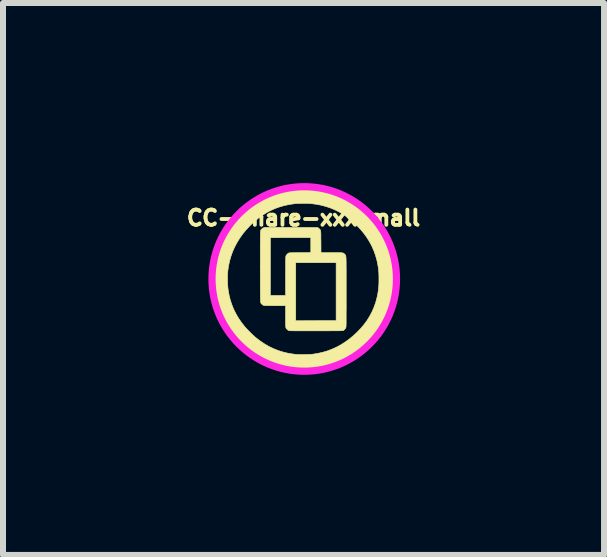
<source format=kicad_pcb>
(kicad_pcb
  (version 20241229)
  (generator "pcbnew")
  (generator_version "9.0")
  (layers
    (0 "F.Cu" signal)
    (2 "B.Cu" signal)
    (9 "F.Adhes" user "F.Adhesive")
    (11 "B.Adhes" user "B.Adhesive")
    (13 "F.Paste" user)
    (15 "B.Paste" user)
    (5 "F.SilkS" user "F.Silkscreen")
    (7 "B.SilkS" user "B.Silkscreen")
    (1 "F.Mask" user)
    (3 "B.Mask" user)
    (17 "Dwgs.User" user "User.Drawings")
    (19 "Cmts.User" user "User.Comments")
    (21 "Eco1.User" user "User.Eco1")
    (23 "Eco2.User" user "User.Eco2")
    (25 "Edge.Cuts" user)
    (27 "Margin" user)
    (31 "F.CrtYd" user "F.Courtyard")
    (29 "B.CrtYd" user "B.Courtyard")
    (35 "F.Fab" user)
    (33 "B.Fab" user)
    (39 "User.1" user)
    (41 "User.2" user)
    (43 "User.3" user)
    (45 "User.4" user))
  (footprint "CC-Share-xxxsmall"
    (layer "F.Cu")
    (at 2.005 1.596)
    (property "Reference" "CC-Share-xxxsmall" (at 0 -1.016 0) (layer "F.SilkS") (effects (font (size 0.254 0.254) (thickness 0.064))))
    (attr through_hole)
    (fp_poly (pts (xy 0.029 -1.537) (xy 0.06 -1.537) (xy 0.086 -1.537) (xy 0.111 -1.536) (xy 0.133 -1.534) (xy 0.156 -1.532) (xy 0.179 -1.53) (xy 0.204 -1.527) (xy 0.227 -1.524) (xy 0.321 -1.508) (xy 0.413 -1.486) (xy 0.503 -1.459) (xy 0.59 -1.427) (xy 0.675 -1.388) (xy 0.758 -1.345) (xy 0.838 -1.295) (xy 0.916 -1.241) (xy 0.92 -1.237) (xy 0.977 -1.192) (xy 1.034 -1.141) (xy 1.09 -1.087) (xy 1.144 -1.031) (xy 1.194 -0.974) (xy 1.236 -0.922) (xy 1.29 -0.846) (xy 1.339 -0.768) (xy 1.382 -0.687) (xy 1.42 -0.604) (xy 1.453 -0.518) (xy 1.48 -0.43) (xy 1.502 -0.339) (xy 1.519 -0.244) (xy 1.529 -0.166) (xy 1.531 -0.14) (xy 1.533 -0.109) (xy 1.534 -0.074) (xy 1.535 -0.038) (xy 1.535 -0.002) (xy 1.535 0.034) (xy 1.535 0.067) (xy 1.534 0.097) (xy 1.533 0.107) (xy 1.524 0.206) (xy 1.51 0.301) (xy 1.491 0.394) (xy 1.466 0.483) (xy 1.437 0.57) (xy 1.401 0.654) (xy 1.361 0.735) (xy 1.314 0.814) (xy 1.263 0.89) (xy 1.206 0.964) (xy 1.143 1.036) (xy 1.101 1.08) (xy 1.047 1.131) (xy 0.995 1.178) (xy 0.941 1.221) (xy 0.885 1.263) (xy 0.857 1.282) (xy 0.778 1.332) (xy 0.699 1.377) (xy 0.617 1.415) (xy 0.535 1.449) (xy 0.45 1.477) (xy 0.362 1.501) (xy 0.272 1.519) (xy 0.178 1.533) (xy 0.159 1.535) (xy 0.141 1.536) (xy 0.119 1.537) (xy 0.093 1.539) (xy 0.064 1.54) (xy 0.034 1.54) (xy 0.003 1.541) (xy -0.028 1.541) (xy -0.056 1.541) (xy -0.082 1.541) (xy -0.104 1.54) (xy -0.121 1.539) (xy -0.217 1.529) (xy -0.31 1.514) (xy -0.401 1.493) (xy -0.489 1.467) (xy -0.574 1.435) (xy -0.658 1.399) (xy -0.739 1.356) (xy -0.801 1.32) (xy -0.878 1.268) (xy -0.953 1.211) (xy -1.026 1.15) (xy -1.095 1.084) (xy -1.16 1.015) (xy -1.221 0.943) (xy -1.277 0.868) (xy -1.328 0.791) (xy -1.335 0.78) (xy -1.38 0.7) (xy -1.42 0.617) (xy -1.454 0.532) (xy -1.483 0.445) (xy -1.506 0.355) (xy -1.525 0.263) (xy -1.537 0.17) (xy -1.544 0.075) (xy -1.545 0.009) (xy -1.267 0.009) (xy -1.265 0.063) (xy -1.262 0.117) (xy -1.257 0.168) (xy -1.255 0.184) (xy -1.24 0.268) (xy -1.22 0.349) (xy -1.194 0.428) (xy -1.163 0.505) (xy -1.125 0.58) (xy -1.083 0.653) (xy -1.034 0.724) (xy -0.983 0.789) (xy -0.969 0.805) (xy -0.952 0.825) (xy -0.932 0.846) (xy -0.909 0.869) (xy -0.886 0.892) (xy -0.863 0.915) (xy -0.841 0.936) (xy -0.82 0.955) (xy -0.801 0.972) (xy -0.79 0.981) (xy -0.72 1.034) (xy -0.649 1.082) (xy -0.576 1.124) (xy -0.501 1.16) (xy -0.424 1.191) (xy -0.344 1.216) (xy -0.262 1.236) (xy -0.178 1.25) (xy -0.109 1.258) (xy -0.092 1.259) (xy -0.071 1.259) (xy -0.045 1.26) (xy -0.017 1.26) (xy 0.012 1.259) (xy 0.041 1.259) (xy 0.07 1.258) (xy 0.097 1.257) (xy 0.12 1.256) (xy 0.139 1.254) (xy 0.145 1.254) (xy 0.23 1.241) (xy 0.312 1.223) (xy 0.392 1.2) (xy 0.469 1.171) (xy 0.544 1.138) (xy 0.617 1.099) (xy 0.688 1.054) (xy 0.758 1.004) (xy 0.826 0.948) (xy 0.89 0.889) (xy 0.951 0.826) (xy 1.006 0.761) (xy 1.056 0.694) (xy 1.1 0.623) (xy 1.139 0.55) (xy 1.172 0.475) (xy 1.2 0.397) (xy 1.222 0.316) (xy 1.232 0.272) (xy 1.239 0.235) (xy 1.244 0.201) (xy 1.249 0.167) (xy 1.252 0.133) (xy 1.254 0.098) (xy 1.256 0.059) (xy 1.256 0.016) (xy 1.256 -0.002) (xy 1.256 -0.039) (xy 1.255 -0.071) (xy 1.254 -0.1) (xy 1.252 -0.127) (xy 1.25 -0.153) (xy 1.246 -0.18) (xy 1.242 -0.208) (xy 1.238 -0.233) (xy 1.221 -0.316) (xy 1.198 -0.396) (xy 1.17 -0.474) (xy 1.137 -0.549) (xy 1.098 -0.622) (xy 1.053 -0.693) (xy 1.003 -0.762) (xy 0.947 -0.829) (xy 0.885 -0.894) (xy 0.87 -0.909) (xy 0.805 -0.968) (xy 0.739 -1.022) (xy 0.671 -1.069) (xy 0.601 -1.112) (xy 0.528 -1.149) (xy 0.454 -1.18) (xy 0.377 -1.206) (xy 0.296 -1.228) (xy 0.213 -1.244) (xy 0.127 -1.255) (xy 0.107 -1.257) (xy 0.083 -1.258) (xy 0.055 -1.259) (xy 0.024 -1.259) (xy -0.008 -1.259) (xy -0.04 -1.259) (xy -0.071 -1.258) (xy -0.099 -1.257) (xy -0.124 -1.256) (xy -0.145 -1.254) (xy -0.147 -1.254) (xy -0.233 -1.241) (xy -0.316 -1.224) (xy -0.396 -1.201) (xy -0.472 -1.174) (xy -0.547 -1.141) (xy -0.618 -1.103) (xy -0.687 -1.059) (xy -0.755 -1.01) (xy -0.82 -0.956) (xy -0.884 -0.895) (xy -0.895 -0.884) (xy -0.957 -0.817) (xy -1.014 -0.748) (xy -1.064 -0.677) (xy -1.109 -0.604) (xy -1.148 -0.53) (xy -1.182 -0.453) (xy -1.21 -0.374) (xy -1.233 -0.293) (xy -1.25 -0.21) (xy -1.26 -0.142) (xy -1.264 -0.095) (xy -1.266 -0.044) (xy -1.267 0.009) (xy -1.545 0.009) (xy -1.545 -0.021) (xy -1.541 -0.118) (xy -1.533 -0.203) (xy -1.518 -0.296) (xy -1.498 -0.387) (xy -1.472 -0.477) (xy -1.44 -0.564) (xy -1.403 -0.65) (xy -1.36 -0.734) (xy -1.312 -0.815) (xy -1.259 -0.894) (xy -1.2 -0.97) (xy -1.136 -1.044) (xy -1.07 -1.112) (xy -0.998 -1.178) (xy -0.923 -1.238) (xy -0.846 -1.293) (xy -0.766 -1.343) (xy -0.684 -1.387) (xy -0.6 -1.425) (xy -0.513 -1.458) (xy -0.424 -1.486) (xy -0.333 -1.507) (xy -0.239 -1.524) (xy -0.237 -1.524) (xy -0.21 -1.527) (xy -0.186 -1.53) (xy -0.163 -1.533) (xy -0.141 -1.535) (xy -0.118 -1.536) (xy -0.093 -1.537) (xy -0.066 -1.537) (xy -0.034 -1.538) (xy -0.006 -1.538) (xy 0.029 -1.537)) (stroke (width 0.01) (type solid)) (fill yes) (layer "F.SilkS"))
    (fp_poly (pts (xy 0.231 -0.857) (xy 0.244 -0.851) (xy 0.253 -0.844) (xy 0.263 -0.836) (xy 0.267 -0.831) (xy 0.272 -0.827) (xy 0.275 -0.823) (xy 0.279 -0.818) (xy 0.281 -0.814) (xy 0.283 -0.808) (xy 0.285 -0.801) (xy 0.286 -0.792) (xy 0.287 -0.781) (xy 0.288 -0.767) (xy 0.289 -0.749) (xy 0.289 -0.728) (xy 0.289 -0.702) (xy 0.289 -0.671) (xy 0.29 -0.635) (xy 0.29 -0.618) (xy 0.291 -0.438) (xy 0.465 -0.438) (xy 0.504 -0.438) (xy 0.538 -0.438) (xy 0.566 -0.438) (xy 0.59 -0.438) (xy 0.609 -0.438) (xy 0.626 -0.437) (xy 0.639 -0.436) (xy 0.649 -0.434) (xy 0.657 -0.433) (xy 0.664 -0.43) (xy 0.669 -0.427) (xy 0.674 -0.424) (xy 0.678 -0.42) (xy 0.683 -0.415) (xy 0.685 -0.413) (xy 0.688 -0.41) (xy 0.691 -0.408) (xy 0.693 -0.406) (xy 0.696 -0.404) (xy 0.698 -0.401) (xy 0.7 -0.398) (xy 0.701 -0.395) (xy 0.703 -0.39) (xy 0.704 -0.384) (xy 0.705 -0.376) (xy 0.706 -0.367) (xy 0.707 -0.356) (xy 0.708 -0.342) (xy 0.709 -0.326) (xy 0.709 -0.306) (xy 0.71 -0.284) (xy 0.71 -0.259) (xy 0.71 -0.23) (xy 0.71 -0.197) (xy 0.711 -0.16) (xy 0.711 -0.119) (xy 0.711 -0.073) (xy 0.711 -0.022) (xy 0.711 0.034) (xy 0.711 0.095) (xy 0.711 0.162) (xy 0.711 0.214) (xy 0.711 0.283) (xy 0.711 0.347) (xy 0.711 0.405) (xy 0.711 0.459) (xy 0.711 0.507) (xy 0.71 0.55) (xy 0.71 0.589) (xy 0.71 0.623) (xy 0.71 0.654) (xy 0.71 0.681) (xy 0.71 0.704) (xy 0.71 0.724) (xy 0.71 0.742) (xy 0.709 0.756) (xy 0.709 0.769) (xy 0.709 0.779) (xy 0.708 0.787) (xy 0.708 0.793) (xy 0.707 0.798) (xy 0.707 0.802) (xy 0.706 0.805) (xy 0.706 0.808) (xy 0.705 0.81) (xy 0.705 0.811) (xy 0.696 0.827) (xy 0.684 0.842) (xy 0.669 0.854) (xy 0.662 0.858) (xy 0.661 0.858) (xy 0.659 0.859) (xy 0.656 0.86) (xy 0.652 0.86) (xy 0.647 0.861) (xy 0.64 0.861) (xy 0.632 0.862) (xy 0.621 0.862) (xy 0.608 0.862) (xy 0.592 0.863) (xy 0.573 0.863) (xy 0.55 0.863) (xy 0.524 0.863) (xy 0.494 0.863) (xy 0.46 0.863) (xy 0.421 0.864) (xy 0.378 0.864) (xy 0.329 0.864) (xy 0.274 0.864) (xy 0.214 0.864) (xy 0.21 0.864) (xy 0.149 0.864) (xy 0.094 0.864) (xy 0.045 0.864) (xy 0.000104 0.864) (xy -0.039 0.864) (xy -0.074 0.864) (xy -0.105 0.864) (xy -0.132 0.864) (xy -0.155 0.864) (xy -0.175 0.863) (xy -0.191 0.863) (xy -0.205 0.863) (xy -0.216 0.863) (xy -0.225 0.862) (xy -0.232 0.862) (xy -0.237 0.861) (xy -0.241 0.861) (xy -0.244 0.86) (xy -0.245 0.86) (xy -0.256 0.854) (xy -0.268 0.845) (xy -0.274 0.839) (xy -0.279 0.834) (xy -0.283 0.829) (xy -0.287 0.825) (xy -0.29 0.82) (xy -0.293 0.813) (xy -0.295 0.806) (xy -0.296 0.796) (xy -0.297 0.784) (xy -0.298 0.768) (xy -0.299 0.75) (xy -0.299 0.727) (xy -0.299 0.7) (xy -0.299 0.696) (xy -0.13 0.696) (xy 0.543 0.694) (xy 0.543 -0.271) (xy -0.13 -0.272) (xy -0.13 0.696) (xy -0.299 0.696) (xy -0.299 0.668) (xy -0.299 0.63) (xy -0.299 0.618) (xy -0.299 0.445) (xy -0.512 0.445) (xy -0.545 0.444) (xy -0.574 0.444) (xy -0.598 0.444) (xy -0.618 0.444) (xy -0.634 0.443) (xy -0.647 0.442) (xy -0.658 0.44) (xy -0.666 0.438) (xy -0.673 0.436) (xy -0.678 0.433) (xy -0.683 0.43) (xy -0.687 0.426) (xy -0.692 0.421) (xy -0.694 0.419) (xy -0.697 0.416) (xy -0.7 0.414) (xy -0.702 0.412) (xy -0.705 0.41) (xy -0.707 0.407) (xy -0.709 0.405) (xy -0.71 0.401) (xy -0.712 0.396) (xy -0.713 0.39) (xy -0.714 0.383) (xy -0.715 0.373) (xy -0.716 0.362) (xy -0.717 0.348) (xy -0.718 0.332) (xy -0.718 0.313) (xy -0.719 0.291) (xy -0.719 0.275) (xy -0.553 0.275) (xy -0.299 0.275) (xy -0.299 -0.049) (xy -0.299 -0.1) (xy -0.298 -0.146) (xy -0.298 -0.186) (xy -0.298 -0.222) (xy -0.298 -0.252) (xy -0.298 -0.278) (xy -0.298 -0.301) (xy -0.297 -0.32) (xy -0.297 -0.335) (xy -0.297 -0.348) (xy -0.296 -0.358) (xy -0.296 -0.366) (xy -0.295 -0.372) (xy -0.295 -0.377) (xy -0.294 -0.38) (xy -0.293 -0.383) (xy -0.292 -0.385) (xy -0.292 -0.387) (xy -0.282 -0.402) (xy -0.268 -0.417) (xy -0.253 -0.428) (xy -0.249 -0.43) (xy -0.247 -0.432) (xy -0.244 -0.433) (xy -0.241 -0.434) (xy -0.236 -0.435) (xy -0.23 -0.435) (xy -0.222 -0.436) (xy -0.211 -0.436) (xy -0.197 -0.437) (xy -0.18 -0.437) (xy -0.159 -0.437) (xy -0.133 -0.437) (xy -0.102 -0.438) (xy -0.066 -0.438) (xy -0.058 -0.438) (xy 0.121 -0.439) (xy 0.121 -0.689) (xy -0.215 -0.689) (xy -0.552 -0.688) (xy -0.553 -0.206) (xy -0.553 0.275) (xy -0.719 0.275) (xy -0.719 0.265) (xy -0.719 0.236) (xy -0.719 0.204) (xy -0.72 0.167) (xy -0.72 0.125) (xy -0.72 0.079) (xy -0.72 0.029) (xy -0.72 -0.027) (xy -0.72 -0.088) (xy -0.72 -0.155) (xy -0.72 -0.207) (xy -0.72 -0.278) (xy -0.72 -0.343) (xy -0.72 -0.402) (xy -0.72 -0.456) (xy -0.72 -0.505) (xy -0.72 -0.55) (xy -0.72 -0.59) (xy -0.719 -0.625) (xy -0.719 -0.657) (xy -0.719 -0.685) (xy -0.719 -0.709) (xy -0.718 -0.73) (xy -0.718 -0.748) (xy -0.717 -0.763) (xy -0.717 -0.776) (xy -0.716 -0.787) (xy -0.715 -0.796) (xy -0.714 -0.803) (xy -0.713 -0.808) (xy -0.711 -0.812) (xy -0.71 -0.816) (xy -0.708 -0.818) (xy -0.707 -0.821) (xy -0.705 -0.823) (xy -0.703 -0.825) (xy -0.7 -0.827) (xy -0.7 -0.828) (xy -0.691 -0.837) (xy -0.679 -0.845) (xy -0.67 -0.85) (xy -0.652 -0.859) (xy 0.231 -0.857)) (stroke (width 0.01) (type solid)) (fill yes) (layer "F.SilkS"))
    (fp_circle (center 0.012 0) (end -1.322 0.762) (stroke (width 0.12) (type solid)) (fill no) (layer "F.CrtYd")))
  (gr_rect
    (start -3 -3)
    (end 7.01 6.192)
    (stroke (width 0.1) (type default))
    (fill no)
    (layer "Edge.Cuts")))
</source>
